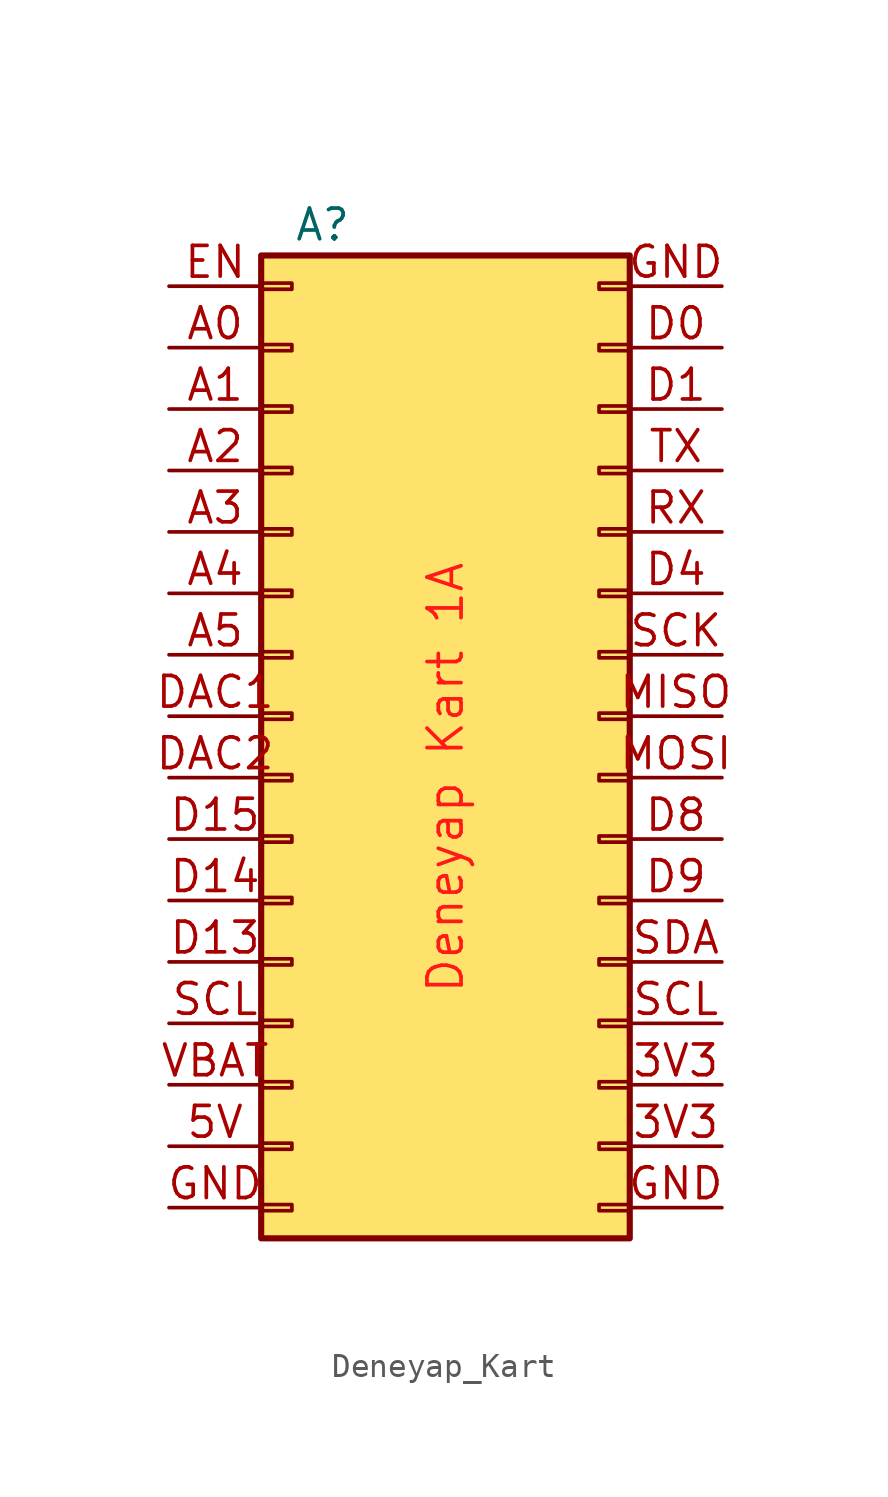
<source format=kicad_sym>
(kicad_symbol_lib
  (version 20220914)
  (generator kicad_symbol_editor)
  (symbol "Deneyap_Kart"
    (pin_names
      (offset 1.016) hide)
    (property "Reference" "A"
      (at 1.27 20.32 0)
      (effects (font (size 1.27 1.27))))
    (property "Value" "Deneyap Kart 1A"
      (at 6.35 -2.54 90)
      (effects (font (size 1.41 1.41) (color 255 26 24 1))))
    (symbol "Deneyap_Kart_1_1"
      (rectangle (start -1.27 -20.193) (end 0 -20.447) (stroke (width 0.152) (type default)) (fill (type none)))
      (rectangle (start -1.27 -17.653) (end 0 -17.907) (stroke (width 0.152) (type default)) (fill (type none)))
      (rectangle (start -1.27 -15.113) (end 0 -15.367) (stroke (width 0.152) (type default)) (fill (type none)))
      (rectangle (start -1.27 -12.573) (end 0 -12.827) (stroke (width 0.152) (type default)) (fill (type none)))
      (rectangle (start -1.27 -10.033) (end 0 -10.287) (stroke (width 0.152) (type default)) (fill (type none)))
      (rectangle (start -1.27 -7.493) (end 0 -7.747) (stroke (width 0.152) (type default)) (fill (type none)))
      (rectangle (start -1.27 -4.953) (end 0 -5.207) (stroke (width 0.152) (type default)) (fill (type none)))
      (rectangle (start -1.27 -2.413) (end 0 -2.667) (stroke (width 0.152) (type default)) (fill (type none)))
      (rectangle (start -1.27 0.127) (end 0 -0.127) (stroke (width 0.152) (type default)) (fill (type none)))
      (rectangle (start -1.27 2.667) (end 0 2.413) (stroke (width 0.152) (type default)) (fill (type none)))
      (rectangle (start -1.27 5.207) (end 0 4.953) (stroke (width 0.152) (type default)) (fill (type none)))
      (rectangle (start -1.27 7.747) (end 0 7.493) (stroke (width 0.152) (type default)) (fill (type none)))
      (rectangle (start -1.27 10.287) (end 0 10.033) (stroke (width 0.152) (type default)) (fill (type none)))
      (rectangle (start -1.27 12.827) (end 0 12.573) (stroke (width 0.152) (type default)) (fill (type none)))
      (rectangle (start -1.27 15.367) (end 0 15.113) (stroke (width 0.152) (type default)) (fill (type none)))
      (rectangle (start -1.27 17.907) (end 0 17.653) (stroke (width 0.152) (type default)) (fill (type none)))
      (rectangle (start -1.27 19.05) (end 13.97 -21.59) (stroke (width 0.254) (type default)) (fill (type color) (color 255 226 108 1)))
      (rectangle (start 13.97 -20.193) (end 12.7 -20.447) (stroke (width 0.152) (type default)) (fill (type none)))
      (rectangle (start 13.97 -17.653) (end 12.7 -17.907) (stroke (width 0.152) (type default)) (fill (type none)))
      (rectangle (start 13.97 -15.113) (end 12.7 -15.367) (stroke (width 0.152) (type default)) (fill (type none)))
      (rectangle (start 13.97 -12.573) (end 12.7 -12.827) (stroke (width 0.152) (type default)) (fill (type none)))
      (rectangle (start 13.97 -10.033) (end 12.7 -10.287) (stroke (width 0.152) (type default)) (fill (type none)))
      (rectangle (start 13.97 -7.493) (end 12.7 -7.747) (stroke (width 0.152) (type default)) (fill (type none)))
      (rectangle (start 13.97 -4.953) (end 12.7 -5.207) (stroke (width 0.152) (type default)) (fill (type none)))
      (rectangle (start 13.97 -2.413) (end 12.7 -2.667) (stroke (width 0.152) (type default)) (fill (type none)))
      (rectangle (start 13.97 0.127) (end 12.7 -0.127) (stroke (width 0.152) (type default)) (fill (type none)))
      (rectangle (start 13.97 2.667) (end 12.7 2.413) (stroke (width 0.152) (type default)) (fill (type none)))
      (rectangle (start 13.97 5.207) (end 12.7 4.953) (stroke (width 0.152) (type default)) (fill (type none)))
      (rectangle (start 13.97 7.747) (end 12.7 7.493) (stroke (width 0.152) (type default)) (fill (type none)))
      (rectangle (start 13.97 10.287) (end 12.7 10.033) (stroke (width 0.152) (type default)) (fill (type none)))
      (rectangle (start 13.97 12.827) (end 12.7 12.573) (stroke (width 0.152) (type default)) (fill (type none)))
      (rectangle (start 13.97 15.367) (end 12.7 15.113) (stroke (width 0.152) (type default)) (fill (type none)))
      (rectangle (start 13.97 17.907) (end 12.7 17.653) (stroke (width 0.152) (type default)) (fill (type none)))
      (pin power_out line (at 17.78 -17.78 180) (length 3.81) (name "3V3" (effects (font (size 1.27 1.27)))) (number "3V3" (effects (font (size 1.27 1.27)))))
      (pin power_out line (at 17.78 -15.24 180) (length 3.81) (name "3V3" (effects (font (size 1.27 1.27)))) (number "3V3" (effects (font (size 1.27 1.27)))))
      (pin power_out line (at -5.08 -17.78 0) (length 3.81) (name "5V" (effects (font (size 1.27 1.27)))) (number "5V" (effects (font (size 1.27 1.27)))))
      (pin input line (at -5.08 15.24 0) (length 3.81) (name "A0" (effects (font (size 1.27 1.27)))) (number "A0" (effects (font (size 1.27 1.27)))))
      (pin input line (at -5.08 12.7 0) (length 3.81) (name "A1" (effects (font (size 1.27 1.27)))) (number "A1" (effects (font (size 1.27 1.27)))))
      (pin input line (at -5.08 10.16 0) (length 3.81) (name "A2" (effects (font (size 1.27 1.27)))) (number "A2" (effects (font (size 1.27 1.27)))))
      (pin input line (at -5.08 7.62 0) (length 3.81) (name "A3" (effects (font (size 1.27 1.27)))) (number "A3" (effects (font (size 1.27 1.27)))))
      (pin input line (at -5.08 5.08 0) (length 3.81) (name "A4" (effects (font (size 1.27 1.27)))) (number "A4" (effects (font (size 1.27 1.27)))))
      (pin input line (at -5.08 2.54 0) (length 3.81) (name "A5" (effects (font (size 1.27 1.27)))) (number "A5" (effects (font (size 1.27 1.27)))))
      (pin bidirectional line (at 17.78 15.24 180) (length 3.81) (name "D0" (effects (font (size 1.27 1.27)))) (number "D0" (effects (font (size 1.27 1.27)))))
      (pin bidirectional line (at 17.78 12.7 180) (length 3.81) (name "D1" (effects (font (size 1.27 1.27)))) (number "D1" (effects (font (size 1.27 1.27)))))
      (pin bidirectional line (at -5.08 -10.16 0) (length 3.81) (name "D13" (effects (font (size 1.27 1.27)))) (number "D13" (effects (font (size 1.27 1.27)))))
      (pin bidirectional line (at -5.08 -7.62 0) (length 3.81) (name "D14" (effects (font (size 1.27 1.27)))) (number "D14" (effects (font (size 1.27 1.27)))))
      (pin bidirectional line (at -5.08 -5.08 0) (length 3.81) (name "D15" (effects (font (size 1.27 1.27)))) (number "D15" (effects (font (size 1.27 1.27)))))
      (pin bidirectional line (at 17.78 5.08 180) (length 3.81) (name "D4" (effects (font (size 1.27 1.27)))) (number "D4" (effects (font (size 1.27 1.27)))))
      (pin bidirectional line (at 17.78 -5.08 180) (length 3.81) (name "D8" (effects (font (size 1.27 1.27)))) (number "D8" (effects (font (size 1.27 1.27)))))
      (pin bidirectional line (at 17.78 -7.62 180) (length 3.81) (name "D9" (effects (font (size 1.27 1.27)))) (number "D9" (effects (font (size 1.27 1.27)))))
      (pin output line (at -5.08 0 0) (length 3.81) (name "DAC1" (effects (font (size 1.27 1.27)))) (number "DAC1" (effects (font (size 1.27 1.27)))))
      (pin output line (at -5.08 -2.54 0) (length 3.81) (name "DAC2" (effects (font (size 1.27 1.27)))) (number "DAC2" (effects (font (size 1.27 1.27)))))
      (pin free line (at -5.08 17.78 0) (length 3.81) (name "EN" (effects (font (size 1.27 1.27)))) (number "EN" (effects (font (size 1.27 1.27)))))
      (pin power_in line (at -5.08 -20.32 0) (length 3.81) (name "GND" (effects (font (size 1.27 1.27)))) (number "GND" (effects (font (size 1.27 1.27)))))
      (pin power_out line (at 17.78 -20.32 180) (length 3.81) (name "GND" (effects (font (size 1.27 1.27)))) (number "GND" (effects (font (size 1.27 1.27)))))
      (pin power_out line (at 17.78 17.78 180) (length 3.81) (name "GND" (effects (font (size 1.27 1.27)))) (number "GND" (effects (font (size 1.27 1.27)))))
      (pin bidirectional line (at 17.78 0 180) (length 3.81) (name "MISO" (effects (font (size 1.27 1.27)))) (number "MISO" (effects (font (size 1.27 1.27)))))
      (pin bidirectional line (at 17.78 -2.54 180) (length 3.81) (name "MOSI" (effects (font (size 1.27 1.27)))) (number "MOSI" (effects (font (size 1.27 1.27)))))
      (pin bidirectional line (at 17.78 7.62 180) (length 3.81) (name "RX" (effects (font (size 1.27 1.27)))) (number "RX" (effects (font (size 1.27 1.27)))))
      (pin bidirectional line (at 17.78 2.54 180) (length 3.81) (name "SCK" (effects (font (size 1.27 1.27)))) (number "SCK" (effects (font (size 1.27 1.27)))))
      (pin bidirectional line (at -5.08 -12.7 0) (length 3.81) (name "D12" (effects (font (size 1.27 1.27)))) (number "SCL" (effects (font (size 1.27 1.27)))))
      (pin bidirectional line (at 17.78 -12.7 180) (length 3.81) (name "SCL" (effects (font (size 1.27 1.27)))) (number "SCL" (effects (font (size 1.27 1.27)))))
      (pin bidirectional line (at 17.78 -10.16 180) (length 3.81) (name "SDA" (effects (font (size 1.27 1.27)))) (number "SDA" (effects (font (size 1.27 1.27)))))
      (pin bidirectional line (at 17.78 10.16 180) (length 3.81) (name "TX" (effects (font (size 1.27 1.27)))) (number "TX" (effects (font (size 1.27 1.27)))))
      (pin power_in line (at -5.08 -15.24 0) (length 3.81) (name "VBAT" (effects (font (size 1.27 1.27)))) (number "VBAT" (effects (font (size 1.27 1.27))))))))
</source>
